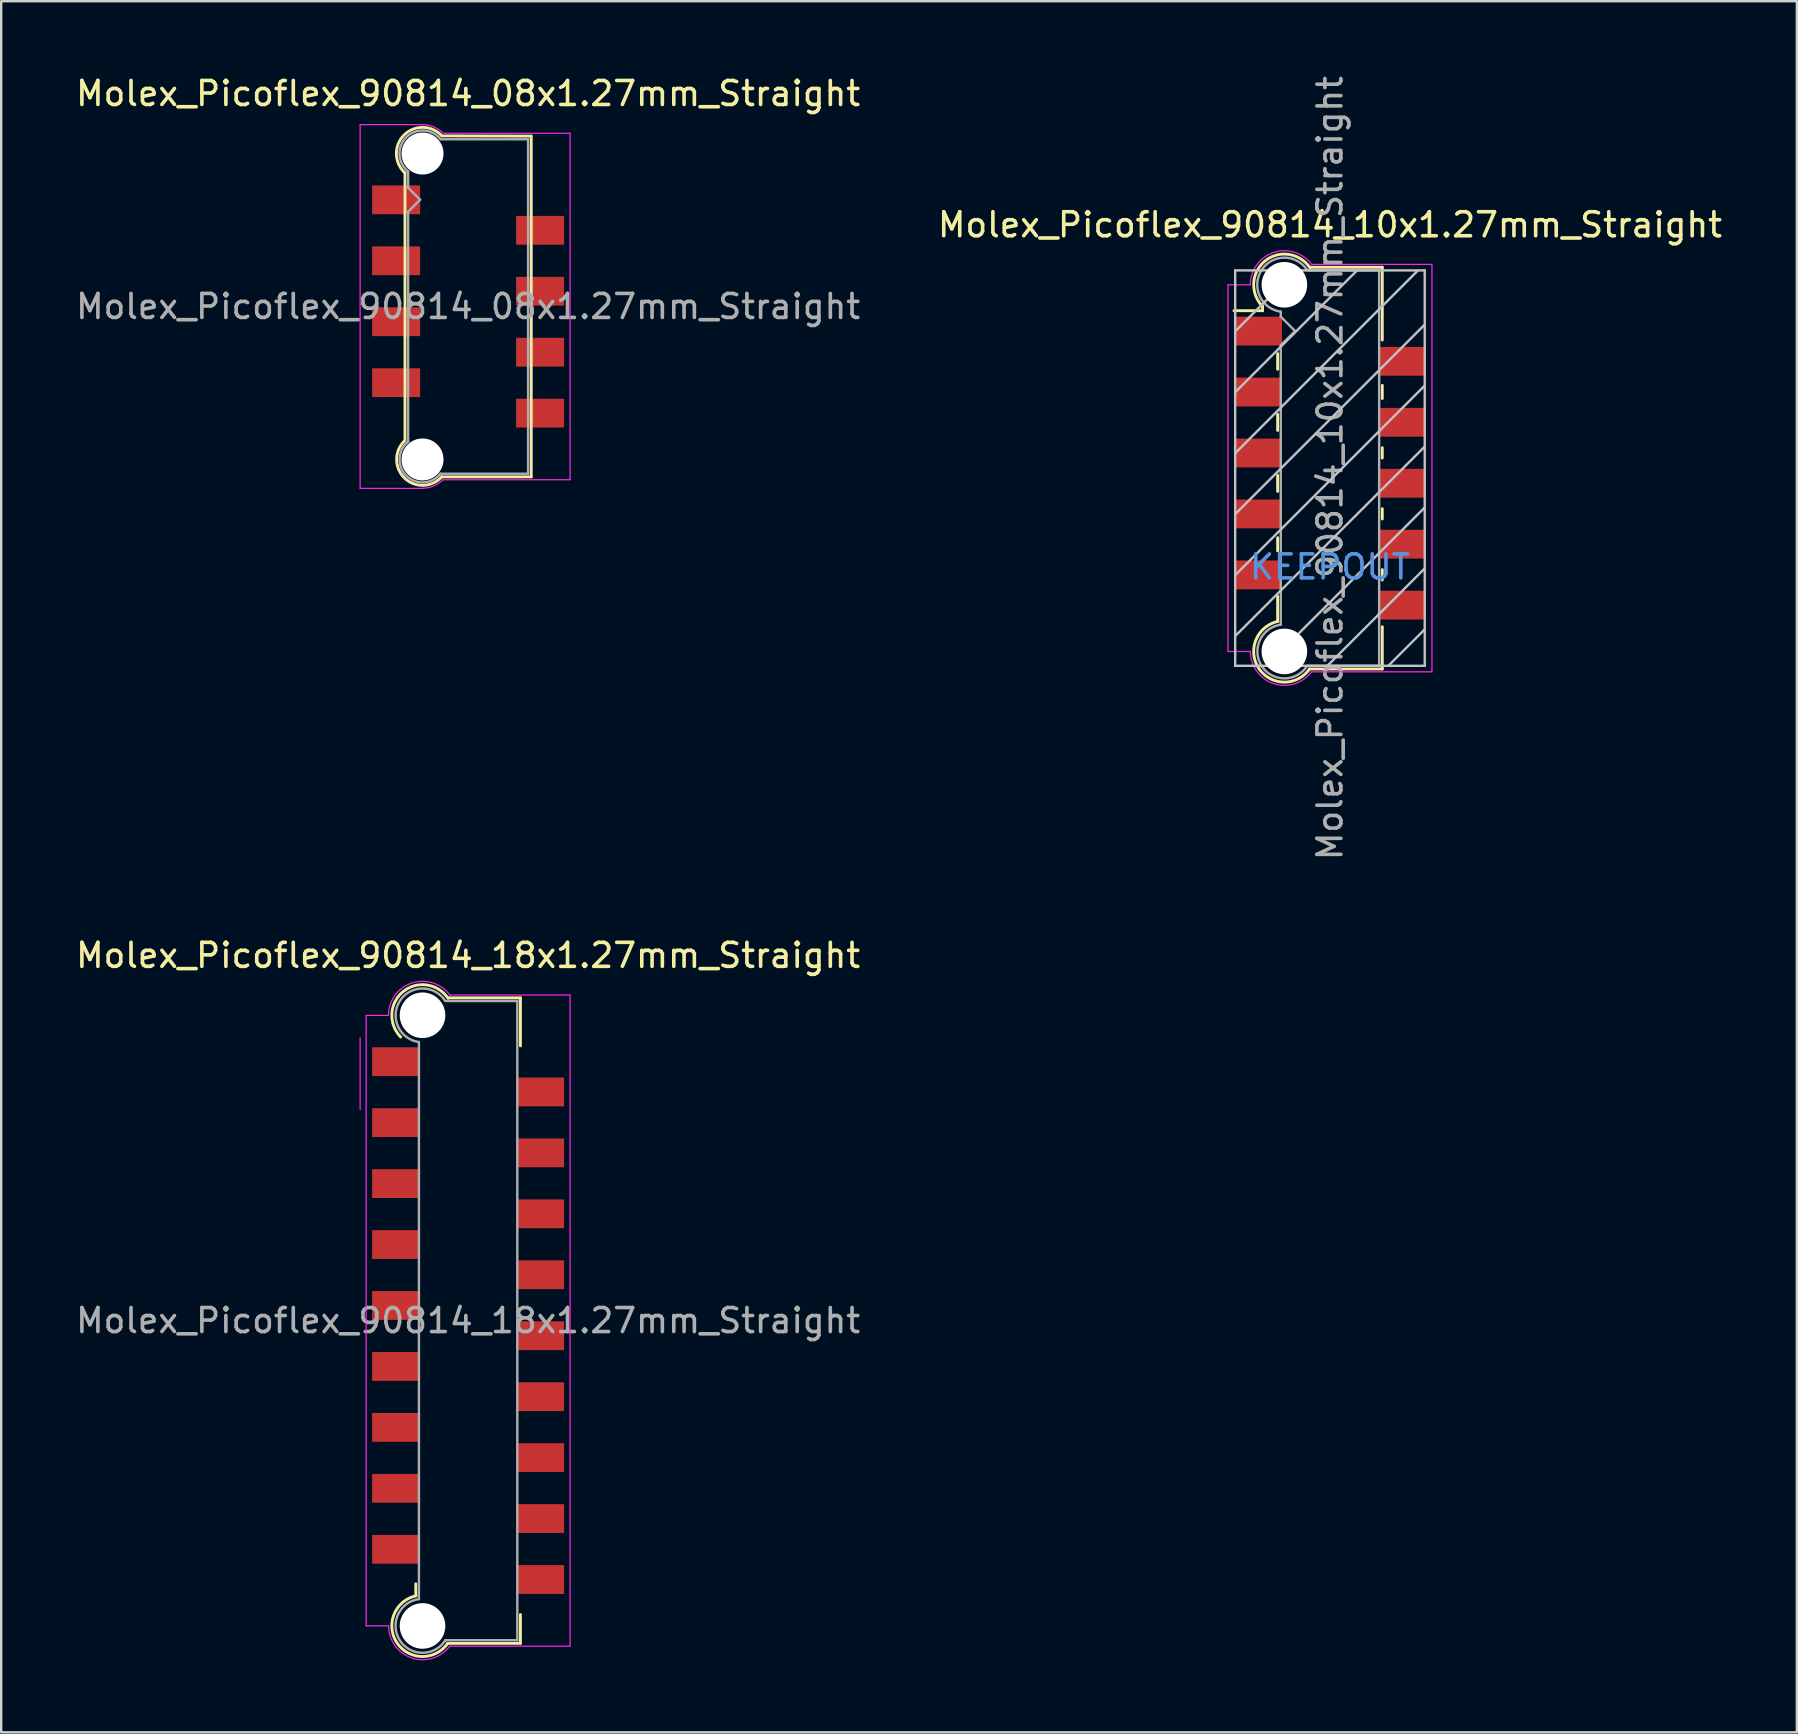
<source format=kicad_pcb>
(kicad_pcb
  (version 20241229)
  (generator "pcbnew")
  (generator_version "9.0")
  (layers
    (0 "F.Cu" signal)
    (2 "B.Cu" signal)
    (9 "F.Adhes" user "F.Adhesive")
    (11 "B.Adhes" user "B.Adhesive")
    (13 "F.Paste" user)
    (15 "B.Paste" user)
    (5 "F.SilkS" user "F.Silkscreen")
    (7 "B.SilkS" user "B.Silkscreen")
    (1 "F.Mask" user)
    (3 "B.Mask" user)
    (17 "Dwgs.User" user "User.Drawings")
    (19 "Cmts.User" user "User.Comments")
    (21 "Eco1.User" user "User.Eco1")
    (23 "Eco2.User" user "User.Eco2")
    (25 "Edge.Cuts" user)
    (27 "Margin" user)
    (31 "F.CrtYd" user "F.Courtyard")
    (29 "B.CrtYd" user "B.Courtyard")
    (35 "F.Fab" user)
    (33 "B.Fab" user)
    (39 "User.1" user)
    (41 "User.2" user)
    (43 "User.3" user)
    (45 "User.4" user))
  (footprint "Molex_Picoflex_90814_18x1.27mm_Straight"
    (layer "F.Cu")
    (at 16.458 51.985)
    (property "Reference" "Molex_Picoflex_90814_18x1.27mm_Straight" (at 0 -15.22 0) (layer "F.SilkS") (effects (font (size 1 1) (thickness 0.15))))
    (attr smd)
    (fp_line (start -2.18 11.47) (end -2.18 10.97) (stroke (width 0.12) (type solid)) (layer "F.SilkS"))
    (fp_line (start 2.18 -13.45) (end -0.82 -13.45) (stroke (width 0.12) (type solid)) (layer "F.SilkS"))
    (fp_line (start 2.18 -13.45) (end 2.18 -11.45) (stroke (width 0.12) (type solid)) (layer "F.SilkS"))
    (fp_line (start 2.18 12.25) (end 2.18 13.45) (stroke (width 0.12) (type solid)) (layer "F.SilkS"))
    (fp_line (start 2.18 13.45) (end -0.85 13.45) (stroke (width 0.12) (type solid)) (layer "F.SilkS"))
    (fp_arc (start -2.81 -11.82) (mid -2.708637 -13.712072) (end -0.834991 -13.429828) (stroke (width 0.12) (type solid)) (layer "F.SilkS"))
    (fp_arc (start -0.85 13.45) (mid -2.962791 13.431248) (end -2.174424 11.470964) (stroke (width 0.12) (type solid)) (layer "F.SilkS"))
    (fp_line (start -4.5 -11.79) (end -4.5 -8.79) (stroke (width 0.05) (type solid)) (layer "F.CrtYd"))
    (fp_line (start -4.25 12.72) (end -4.25 -12.72) (stroke (width 0.05) (type solid)) (layer "F.CrtYd"))
    (fp_line (start -3.32 -12.72) (end -4.25 -12.72) (stroke (width 0.05) (type solid)) (layer "F.CrtYd"))
    (fp_line (start -3.32 12.72) (end -4.25 12.72) (stroke (width 0.05) (type solid)) (layer "F.CrtYd"))
    (fp_line (start 4.25 -13.57) (end -0.76 -13.57) (stroke (width 0.05) (type solid)) (layer "F.CrtYd"))
    (fp_line (start 4.25 -13.57) (end 4.25 13.57) (stroke (width 0.05) (type solid)) (layer "F.CrtYd"))
    (fp_line (start 4.25 13.57) (end -0.77 13.57) (stroke (width 0.05) (type solid)) (layer "F.CrtYd"))
    (fp_arc (start -3.32 -12.72) (mid -2.344692 -14.068573) (end -0.758523 -13.564648) (stroke (width 0.05) (type solid)) (layer "F.CrtYd"))
    (fp_arc (start -0.77 13.57) (mid -2.348691 14.060924) (end -3.314001 12.718743) (stroke (width 0.05) (type solid)) (layer "F.CrtYd"))
    (fp_line (start -2.05 11.61) (end -2.05 -11.61) (stroke (width 0.1) (type solid)) (layer "F.Fab"))
    (fp_line (start 2.05 -13.32) (end -0.93 -13.32) (stroke (width 0.1) (type solid)) (layer "F.Fab"))
    (fp_line (start 2.05 -13.32) (end 2.05 13.32) (stroke (width 0.1) (type solid)) (layer "F.Fab"))
    (fp_line (start 2.05 13.32) (end -0.95 13.32) (stroke (width 0.1) (type solid)) (layer "F.Fab"))
    (fp_arc (start -2.05 -11.61) (mid -2.842609 -13.325052) (end -0.953273 -13.318588) (stroke (width 0.1) (type solid)) (layer "F.Fab"))
    (fp_arc (start -0.95 13.32) (mid -2.845272 13.327422) (end -2.051022 11.606585) (stroke (width 0.1) (type solid)) (layer "F.Fab"))
    (fp_text user "${REFERENCE}" (at 0 0 0) (layer "F.Fab") (effects (font (size 1 1) (thickness 0.15))))
    (pad "" np_thru_hole circle (at -1.9 -12.725) (size 1.9 1.9) (drill 1.9) (layers "*.Cu"))
    (pad "" np_thru_hole circle (at -1.9 12.725) (size 1.9 1.9) (drill 1.9) (layers "*.Cu"))
    (pad "1" smd rect (at -3 -10.79) (size 2 1.2) (layers "F.Cu" "F.Mask" "F.Paste"))
    (pad "2" smd rect (at 3 -9.53) (size 2 1.2) (layers "F.Cu" "F.Mask" "F.Paste"))
    (pad "3" smd rect (at -3 -8.25) (size 2 1.2) (layers "F.Cu" "F.Mask" "F.Paste"))
    (pad "4" smd rect (at 3 -6.99) (size 2 1.2) (layers "F.Cu" "F.Mask" "F.Paste"))
    (pad "5" smd rect (at -3 -5.71) (size 2 1.2) (layers "F.Cu" "F.Mask" "F.Paste"))
    (pad "6" smd rect (at 3 -4.45) (size 2 1.2) (layers "F.Cu" "F.Mask" "F.Paste"))
    (pad "7" smd rect (at -3 -3.17) (size 2 1.2) (layers "F.Cu" "F.Mask" "F.Paste"))
    (pad "8" smd rect (at 3 -1.91) (size 2 1.2) (layers "F.Cu" "F.Mask" "F.Paste"))
    (pad "9" smd rect (at -3 -0.63) (size 2 1.2) (layers "F.Cu" "F.Mask" "F.Paste"))
    (pad "10" smd rect (at 3 0.63) (size 2 1.2) (layers "F.Cu" "F.Mask" "F.Paste"))
    (pad "11" smd rect (at -3 1.91) (size 2 1.2) (layers "F.Cu" "F.Mask" "F.Paste"))
    (pad "12" smd rect (at 3 3.17) (size 2 1.2) (layers "F.Cu" "F.Mask" "F.Paste"))
    (pad "13" smd rect (at -3 4.45) (size 2 1.2) (layers "F.Cu" "F.Mask" "F.Paste"))
    (pad "14" smd rect (at 3 5.71) (size 2 1.2) (layers "F.Cu" "F.Mask" "F.Paste"))
    (pad "15" smd rect (at -3 6.99) (size 2 1.2) (layers "F.Cu" "F.Mask" "F.Paste"))
    (pad "16" smd rect (at 3 8.25) (size 2 1.2) (layers "F.Cu" "F.Mask" "F.Paste"))
    (pad "17" smd rect (at -3 9.53) (size 2 1.2) (layers "F.Cu" "F.Mask" "F.Paste"))
    (pad "18" smd rect (at 3 10.79) (size 2 1.2) (layers "F.Cu" "F.Mask" "F.Paste")))
  (footprint "Molex_Picoflex_90814_10x1.27mm_Straight"
    (layer "F.Cu")
    (at 52.375 16.458)
    (property "Reference" "Molex_Picoflex_90814_10x1.27mm_Straight" (at 0 -10.14 0) (layer "F.SilkS") (effects (font (size 1 1) (thickness 0.15))))
    (attr smd)
    (fp_line (start -2.81 -6.74) (end -2.81 -6.56) (stroke (width 0.12) (type solid)) (layer "F.SilkS"))
    (fp_line (start -2.81 -6.56) (end -4 -6.56) (stroke (width 0.12) (type solid)) (layer "F.SilkS"))
    (fp_line (start -2.18 -4.12) (end -2.18 -4.77) (stroke (width 0.12) (type solid)) (layer "F.SilkS"))
    (fp_line (start -2.18 -1.57) (end -2.18 -2.24) (stroke (width 0.12) (type solid)) (layer "F.SilkS"))
    (fp_line (start -2.18 0.97) (end -2.18 0.3) (stroke (width 0.12) (type solid)) (layer "F.SilkS"))
    (fp_line (start -2.18 3.45) (end -2.18 2.9) (stroke (width 0.12) (type solid)) (layer "F.SilkS"))
    (fp_line (start -2.18 6.39) (end -2.18 5.34) (stroke (width 0.12) (type solid)) (layer "F.SilkS"))
    (fp_line (start 2.18 -8.37) (end -0.82 -8.37) (stroke (width 0.12) (type solid)) (layer "F.SilkS"))
    (fp_line (start 2.18 -8.37) (end 2.18 -5.34) (stroke (width 0.12) (type solid)) (layer "F.SilkS"))
    (fp_line (start 2.18 -3.45) (end 2.18 -2.9) (stroke (width 0.12) (type solid)) (layer "F.SilkS"))
    (fp_line (start 2.18 -0.85) (end 2.18 -0.42) (stroke (width 0.12) (type solid)) (layer "F.SilkS"))
    (fp_line (start 2.18 1.69) (end 2.18 2.12) (stroke (width 0.12) (type solid)) (layer "F.SilkS"))
    (fp_line (start 2.18 4.23) (end 2.18 4.66) (stroke (width 0.12) (type solid)) (layer "F.SilkS"))
    (fp_line (start 2.18 6.61) (end 2.18 8.37) (stroke (width 0.12) (type solid)) (layer "F.SilkS"))
    (fp_line (start 2.18 8.37) (end -0.85 8.37) (stroke (width 0.12) (type solid)) (layer "F.SilkS"))
    (fp_arc (start -2.81 -6.74) (mid -2.708637 -8.632072) (end -0.834991 -8.349828) (stroke (width 0.12) (type solid)) (layer "F.SilkS"))
    (fp_arc (start -0.85 8.37) (mid -2.962791 8.351248) (end -2.174424 6.390964) (stroke (width 0.12) (type solid)) (layer "F.SilkS"))
    (fp_line (start -3.95 -8.24) (end -3.95 8.24) (stroke (width 0.1) (type solid)) (layer "Dwgs.User"))
    (fp_line (start -3.95 -5.7) (end -1.41 -8.24) (stroke (width 0.1) (type solid)) (layer "Dwgs.User"))
    (fp_line (start -3.95 -3.16) (end 1.13 -8.24) (stroke (width 0.1) (type solid)) (layer "Dwgs.User"))
    (fp_line (start -3.95 -0.62) (end 3.67 -8.24) (stroke (width 0.1) (type solid)) (layer "Dwgs.User"))
    (fp_line (start -3.95 1.92) (end 3.95 -5.98) (stroke (width 0.1) (type solid)) (layer "Dwgs.User"))
    (fp_line (start -3.95 4.46) (end 3.95 -3.44) (stroke (width 0.1) (type solid)) (layer "Dwgs.User"))
    (fp_line (start -3.95 7) (end 3.95 -0.9) (stroke (width 0.1) (type solid)) (layer "Dwgs.User"))
    (fp_line (start -3.95 8.24) (end 3.95 8.24) (stroke (width 0.1) (type solid)) (layer "Dwgs.User"))
    (fp_line (start -2.65 8.24) (end 3.95 1.64) (stroke (width 0.1) (type solid)) (layer "Dwgs.User"))
    (fp_line (start -0.11 8.24) (end 3.95 4.18) (stroke (width 0.1) (type solid)) (layer "Dwgs.User"))
    (fp_line (start 2.43 8.24) (end 3.95 6.72) (stroke (width 0.1) (type solid)) (layer "Dwgs.User"))
    (fp_line (start 3.95 -8.24) (end -3.95 -8.24) (stroke (width 0.1) (type solid)) (layer "Dwgs.User"))
    (fp_line (start 3.95 8.24) (end 3.95 -8.24) (stroke (width 0.1) (type solid)) (layer "Dwgs.User"))
    (fp_line (start -4.25 7.64) (end -4.25 -7.64) (stroke (width 0.05) (type solid)) (layer "F.CrtYd"))
    (fp_line (start -3.32 -7.64) (end -4.25 -7.64) (stroke (width 0.05) (type solid)) (layer "F.CrtYd"))
    (fp_line (start -3.32 7.64) (end -4.25 7.64) (stroke (width 0.05) (type solid)) (layer "F.CrtYd"))
    (fp_line (start 4.25 -8.49) (end -0.76 -8.49) (stroke (width 0.05) (type solid)) (layer "F.CrtYd"))
    (fp_line (start 4.25 -8.49) (end 4.25 8.49) (stroke (width 0.05) (type solid)) (layer "F.CrtYd"))
    (fp_line (start 4.25 8.49) (end -0.77 8.49) (stroke (width 0.05) (type solid)) (layer "F.CrtYd"))
    (fp_arc (start -3.32 -7.64) (mid -2.344692 -8.988573) (end -0.758523 -8.484648) (stroke (width 0.05) (type solid)) (layer "F.CrtYd"))
    (fp_arc (start -0.77 8.49) (mid -2.348691 8.980924) (end -3.314001 7.638743) (stroke (width 0.05) (type solid)) (layer "F.CrtYd"))
    (fp_line (start -2.05 -6.31) (end -2.05 -6.52) (stroke (width 0.1) (type solid)) (layer "F.Fab"))
    (fp_line (start -2.05 -5.12) (end -1.45 -5.71) (stroke (width 0.1) (type solid)) (layer "F.Fab"))
    (fp_line (start -2.05 6.52) (end -2.05 -5.12) (stroke (width 0.1) (type solid)) (layer "F.Fab"))
    (fp_line (start -1.45 -5.71) (end -2.05 -6.31) (stroke (width 0.1) (type solid)) (layer "F.Fab"))
    (fp_line (start 2.05 -8.24) (end -0.93 -8.24) (stroke (width 0.1) (type solid)) (layer "F.Fab"))
    (fp_line (start 2.05 -8.24) (end 2.05 8.24) (stroke (width 0.1) (type solid)) (layer "F.Fab"))
    (fp_line (start 2.05 8.24) (end -0.95 8.24) (stroke (width 0.1) (type solid)) (layer "F.Fab"))
    (fp_arc (start -2.05 -6.52) (mid -2.851672 -8.249279) (end -0.945612 -8.245015) (stroke (width 0.1) (type solid)) (layer "F.Fab"))
    (fp_arc (start -0.95 8.24) (mid -2.845272 8.247422) (end -2.051022 6.526585) (stroke (width 0.1) (type solid)) (layer "F.Fab"))
    (fp_text user "KEEPOUT" (at 0 4.12 0) (layer "Cmts.User") (effects (font (size 1 1) (thickness 0.15))))
    (fp_text user "${REFERENCE}" (at 0 0 90) (layer "F.Fab") (effects (font (size 1 1) (thickness 0.15))))
    (pad "" np_thru_hole circle (at -1.9 -7.64) (size 1.9 1.9) (drill 1.9) (layers "*.Cu"))
    (pad "" np_thru_hole circle (at -1.9 7.64) (size 1.9 1.9) (drill 1.9) (layers "*.Cu"))
    (pad "1" smd rect (at -3 -5.71) (size 2 1.2) (layers "F.Cu" "F.Mask" "F.Paste"))
    (pad "2" smd rect (at 3 -4.45) (size 2 1.2) (layers "F.Cu" "F.Mask" "F.Paste"))
    (pad "3" smd rect (at -3 -3.17) (size 2 1.2) (layers "F.Cu" "F.Mask" "F.Paste"))
    (pad "4" smd rect (at 3 -1.91) (size 2 1.2) (layers "F.Cu" "F.Mask" "F.Paste"))
    (pad "5" smd rect (at -3 -0.63) (size 2 1.2) (layers "F.Cu" "F.Mask" "F.Paste"))
    (pad "6" smd rect (at 3 0.63) (size 2 1.2) (layers "F.Cu" "F.Mask" "F.Paste"))
    (pad "7" smd rect (at -3 1.91) (size 2 1.2) (layers "F.Cu" "F.Mask" "F.Paste"))
    (pad "8" smd rect (at 3 3.17) (size 2 1.2) (layers "F.Cu" "F.Mask" "F.Paste"))
    (pad "9" smd rect (at -3 4.45) (size 2 1.2) (layers "F.Cu" "F.Mask" "F.Paste"))
    (pad "10" smd rect (at 3 5.71) (size 2 1.2) (layers "F.Cu" "F.Mask" "F.Paste")))
  (footprint "Molex_Picoflex_90814_08x1.27mm_Straight"
    (layer "F.Cu")
    (at 16.458 9.723)
    (property "Reference" "Molex_Picoflex_90814_08x1.27mm_Straight" (at 0 -8.875 0) (layer "F.SilkS") (effects (font (size 1 1) (thickness 0.15))))
    (attr smd)
    (fp_line (start -2.63 -5.57) (end -2.63 5.57) (stroke (width 0.12) (type solid)) (layer "F.SilkS"))
    (fp_line (start -1.09 -7.11) (end 2.63 -7.1) (stroke (width 0.12) (type solid)) (layer "F.SilkS"))
    (fp_line (start 2.63 -7.1) (end 2.63 7.1) (stroke (width 0.12) (type solid)) (layer "F.SilkS"))
    (fp_line (start 2.63 7.1) (end -1.1 7.1) (stroke (width 0.12) (type solid)) (layer "F.SilkS"))
    (fp_arc (start -2.63 -5.565) (mid -2.676051 -7.140992) (end -1.099592 -7.115505) (stroke (width 0.12) (type solid)) (layer "F.SilkS"))
    (fp_arc (start -1.1 7.1) (mid -2.647734 7.153793) (end -2.65694 5.605151) (stroke (width 0.12) (type solid)) (layer "F.SilkS"))
    (fp_line (start -4.5 -7.58) (end -1.9 -7.58) (stroke (width 0.05) (type solid)) (layer "F.CrtYd"))
    (fp_line (start -4.5 7.58) (end -4.5 -7.58) (stroke (width 0.05) (type solid)) (layer "F.CrtYd"))
    (fp_line (start -1.9 7.58) (end -4.5 7.58) (stroke (width 0.05) (type solid)) (layer "F.CrtYd"))
    (fp_line (start -1.02 -7.22) (end 4.25 -7.22) (stroke (width 0.05) (type solid)) (layer "F.CrtYd"))
    (fp_line (start 4.25 -7.22) (end 4.25 7.22) (stroke (width 0.05) (type solid)) (layer "F.CrtYd"))
    (fp_line (start 4.25 7.22) (end -1.05 7.22) (stroke (width 0.05) (type solid)) (layer "F.CrtYd"))
    (fp_arc (start -1.92 -7.58) (mid -1.457344 -7.495928) (end -1.062078 -7.241206) (stroke (width 0.05) (type solid)) (layer "F.CrtYd"))
    (fp_arc (start -1.05 7.22) (mid -1.43807 7.480959) (end -1.896464 7.573546) (stroke (width 0.05) (type solid)) (layer "F.CrtYd"))
    (fp_line (start -2.5 -5.62) (end -2.5 -4.95) (stroke (width 0.1) (type solid)) (layer "F.Fab"))
    (fp_line (start -2.5 -4.95) (end -2 -4.45) (stroke (width 0.1) (type solid)) (layer "F.Fab"))
    (fp_line (start -2.5 -3.95) (end -2.5 5.62) (stroke (width 0.1) (type solid)) (layer "F.Fab"))
    (fp_line (start -2 -4.45) (end -2.5 -3.95) (stroke (width 0.1) (type solid)) (layer "F.Fab"))
    (fp_line (start -1.14 -6.97) (end 2.5 -6.97) (stroke (width 0.1) (type solid)) (layer "F.Fab"))
    (fp_line (start 2.5 -6.97) (end 2.5 6.97) (stroke (width 0.1) (type solid)) (layer "F.Fab"))
    (fp_line (start 2.5 6.97) (end -1.15 6.97) (stroke (width 0.1) (type solid)) (layer "F.Fab"))
    (fp_arc (start -2.5 -5.625) (mid -2.577257 -7.056045) (end -1.146665 -6.970807) (stroke (width 0.1) (type solid)) (layer "F.Fab"))
    (fp_arc (start -1.15 6.97) (mid -2.576077 7.052823) (end -2.496932 5.626537) (stroke (width 0.1) (type solid)) (layer "F.Fab"))
    (fp_text user "${REFERENCE}" (at 0 0 0) (layer "F.Fab") (effects (font (size 1 1) (thickness 0.15))))
    (pad "" np_thru_hole circle (at -1.9 -6.375) (size 1.75 1.75) (drill 1.75) (layers "*.Cu"))
    (pad "" np_thru_hole circle (at -1.9 6.375) (size 1.75 1.75) (drill 1.75) (layers "*.Cu"))
    (pad "1" smd rect (at -3 -4.445) (size 2 1.2) (layers "F.Cu" "F.Mask" "F.Paste"))
    (pad "2" smd rect (at 3 -3.175) (size 2 1.2) (layers "F.Cu" "F.Mask" "F.Paste"))
    (pad "3" smd rect (at -3 -1.905) (size 2 1.2) (layers "F.Cu" "F.Mask" "F.Paste"))
    (pad "4" smd rect (at 3 -0.635) (size 2 1.2) (layers "F.Cu" "F.Mask" "F.Paste"))
    (pad "5" smd rect (at -3 0.635) (size 2 1.2) (layers "F.Cu" "F.Mask" "F.Paste"))
    (pad "6" smd rect (at 3 1.905) (size 2 1.2) (layers "F.Cu" "F.Mask" "F.Paste"))
    (pad "7" smd rect (at -3 3.175) (size 2 1.2) (layers "F.Cu" "F.Mask" "F.Paste"))
    (pad "8" smd rect (at 3 4.445) (size 2 1.2) (layers "F.Cu" "F.Mask" "F.Paste")))
  (gr_rect
    (start -3 -3)
    (end 71.833 69.144)
    (stroke (width 0.1) (type default))
    (fill no)
    (layer "Edge.Cuts")))
</source>
